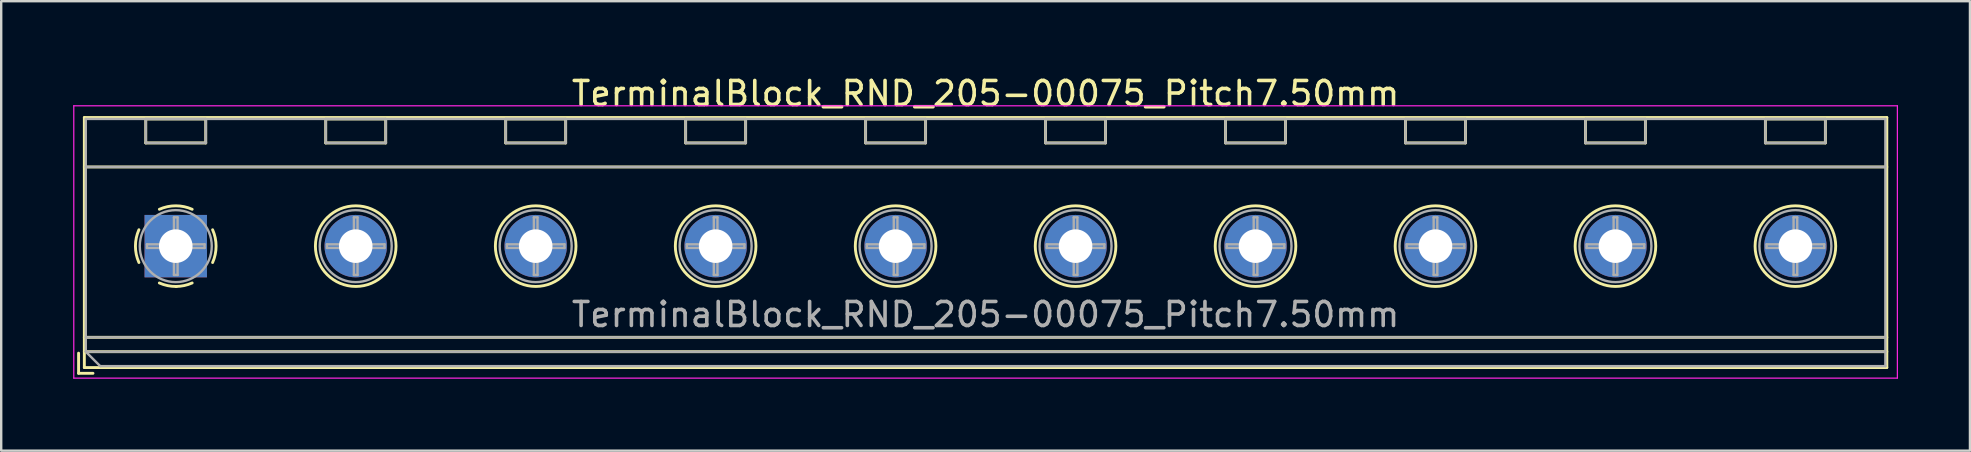
<source format=kicad_pcb>
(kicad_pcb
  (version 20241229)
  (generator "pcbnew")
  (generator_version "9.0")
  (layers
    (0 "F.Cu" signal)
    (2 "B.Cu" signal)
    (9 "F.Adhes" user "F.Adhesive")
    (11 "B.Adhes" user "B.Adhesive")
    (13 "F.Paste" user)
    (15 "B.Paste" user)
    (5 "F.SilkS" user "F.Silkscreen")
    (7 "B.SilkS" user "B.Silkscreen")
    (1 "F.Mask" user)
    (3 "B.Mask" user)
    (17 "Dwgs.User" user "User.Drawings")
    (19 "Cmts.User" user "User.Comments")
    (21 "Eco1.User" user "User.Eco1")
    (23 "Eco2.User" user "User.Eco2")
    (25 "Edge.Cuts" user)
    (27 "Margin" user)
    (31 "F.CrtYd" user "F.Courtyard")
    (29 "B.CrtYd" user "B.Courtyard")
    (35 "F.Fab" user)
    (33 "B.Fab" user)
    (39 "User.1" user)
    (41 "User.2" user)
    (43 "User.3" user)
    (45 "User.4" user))
  (footprint "TerminalBlock_RND_205-00075_Pitch7.50mm"
    (layer "F.Cu")
    (at 4.275 7.208)
    (property "Reference" "TerminalBlock_RND_205-00075_Pitch7.50mm" (at 33.75 -6.36 0) (layer "F.SilkS") (effects (font (size 1 1) (thickness 0.15))))
    (attr through_hole)
    (fp_line (start -4.05 4.46) (end -4.05 5.3) (stroke (width 0.12) (type solid)) (layer "F.SilkS"))
    (fp_line (start -4.05 5.3) (end -3.45 5.3) (stroke (width 0.12) (type solid)) (layer "F.SilkS"))
    (fp_line (start -3.81 -5.36) (end -3.81 5.06) (stroke (width 0.12) (type solid)) (layer "F.SilkS"))
    (fp_line (start -3.81 -3.3) (end 71.31 -3.3) (stroke (width 0.12) (type solid)) (layer "F.SilkS"))
    (fp_line (start -3.81 3.8) (end 71.31 3.8) (stroke (width 0.12) (type solid)) (layer "F.SilkS"))
    (fp_line (start -3.81 4.4) (end 71.31 4.4) (stroke (width 0.12) (type solid)) (layer "F.SilkS"))
    (fp_line (start -3.81 5.06) (end 71.31 5.06) (stroke (width 0.12) (type solid)) (layer "F.SilkS"))
    (fp_line (start -1.25 -5.301) (end -1.25 -4.301) (stroke (width 0.12) (type solid)) (layer "F.SilkS"))
    (fp_line (start -1.25 -5.301) (end 1.25 -5.301) (stroke (width 0.12) (type solid)) (layer "F.SilkS"))
    (fp_line (start -1.25 -4.301) (end 1.25 -4.301) (stroke (width 0.12) (type solid)) (layer "F.SilkS"))
    (fp_line (start 1.25 -5.301) (end 1.25 -4.301) (stroke (width 0.12) (type solid)) (layer "F.SilkS"))
    (fp_line (start 6.25 -5.301) (end 6.25 -4.301) (stroke (width 0.12) (type solid)) (layer "F.SilkS"))
    (fp_line (start 6.25 -5.301) (end 8.75 -5.301) (stroke (width 0.12) (type solid)) (layer "F.SilkS"))
    (fp_line (start 6.25 -4.301) (end 8.75 -4.301) (stroke (width 0.12) (type solid)) (layer "F.SilkS"))
    (fp_line (start 8.75 -5.301) (end 8.75 -4.301) (stroke (width 0.12) (type solid)) (layer "F.SilkS"))
    (fp_line (start 13.75 -5.301) (end 13.75 -4.301) (stroke (width 0.12) (type solid)) (layer "F.SilkS"))
    (fp_line (start 13.75 -5.301) (end 16.25 -5.301) (stroke (width 0.12) (type solid)) (layer "F.SilkS"))
    (fp_line (start 13.75 -4.301) (end 16.25 -4.301) (stroke (width 0.12) (type solid)) (layer "F.SilkS"))
    (fp_line (start 16.25 -5.301) (end 16.25 -4.301) (stroke (width 0.12) (type solid)) (layer "F.SilkS"))
    (fp_line (start 21.25 -5.301) (end 21.25 -4.301) (stroke (width 0.12) (type solid)) (layer "F.SilkS"))
    (fp_line (start 21.25 -5.301) (end 23.75 -5.301) (stroke (width 0.12) (type solid)) (layer "F.SilkS"))
    (fp_line (start 21.25 -4.301) (end 23.75 -4.301) (stroke (width 0.12) (type solid)) (layer "F.SilkS"))
    (fp_line (start 23.75 -5.301) (end 23.75 -4.301) (stroke (width 0.12) (type solid)) (layer "F.SilkS"))
    (fp_line (start 28.75 -5.301) (end 28.75 -4.301) (stroke (width 0.12) (type solid)) (layer "F.SilkS"))
    (fp_line (start 28.75 -5.301) (end 31.25 -5.301) (stroke (width 0.12) (type solid)) (layer "F.SilkS"))
    (fp_line (start 28.75 -4.301) (end 31.25 -4.301) (stroke (width 0.12) (type solid)) (layer "F.SilkS"))
    (fp_line (start 31.25 -5.301) (end 31.25 -4.301) (stroke (width 0.12) (type solid)) (layer "F.SilkS"))
    (fp_line (start 36.25 -5.301) (end 36.25 -4.301) (stroke (width 0.12) (type solid)) (layer "F.SilkS"))
    (fp_line (start 36.25 -5.301) (end 38.75 -5.301) (stroke (width 0.12) (type solid)) (layer "F.SilkS"))
    (fp_line (start 36.25 -4.301) (end 38.75 -4.301) (stroke (width 0.12) (type solid)) (layer "F.SilkS"))
    (fp_line (start 38.75 -5.301) (end 38.75 -4.301) (stroke (width 0.12) (type solid)) (layer "F.SilkS"))
    (fp_line (start 43.75 -5.301) (end 43.75 -4.301) (stroke (width 0.12) (type solid)) (layer "F.SilkS"))
    (fp_line (start 43.75 -5.301) (end 46.25 -5.301) (stroke (width 0.12) (type solid)) (layer "F.SilkS"))
    (fp_line (start 43.75 -4.301) (end 46.25 -4.301) (stroke (width 0.12) (type solid)) (layer "F.SilkS"))
    (fp_line (start 46.25 -5.301) (end 46.25 -4.301) (stroke (width 0.12) (type solid)) (layer "F.SilkS"))
    (fp_line (start 51.25 -5.301) (end 51.25 -4.301) (stroke (width 0.12) (type solid)) (layer "F.SilkS"))
    (fp_line (start 51.25 -5.301) (end 53.75 -5.301) (stroke (width 0.12) (type solid)) (layer "F.SilkS"))
    (fp_line (start 51.25 -4.301) (end 53.75 -4.301) (stroke (width 0.12) (type solid)) (layer "F.SilkS"))
    (fp_line (start 53.75 -5.301) (end 53.75 -4.301) (stroke (width 0.12) (type solid)) (layer "F.SilkS"))
    (fp_line (start 58.75 -5.301) (end 58.75 -4.301) (stroke (width 0.12) (type solid)) (layer "F.SilkS"))
    (fp_line (start 58.75 -5.301) (end 61.25 -5.301) (stroke (width 0.12) (type solid)) (layer "F.SilkS"))
    (fp_line (start 58.75 -4.301) (end 61.25 -4.301) (stroke (width 0.12) (type solid)) (layer "F.SilkS"))
    (fp_line (start 61.25 -5.301) (end 61.25 -4.301) (stroke (width 0.12) (type solid)) (layer "F.SilkS"))
    (fp_line (start 66.25 -5.301) (end 66.25 -4.301) (stroke (width 0.12) (type solid)) (layer "F.SilkS"))
    (fp_line (start 66.25 -5.301) (end 68.75 -5.301) (stroke (width 0.12) (type solid)) (layer "F.SilkS"))
    (fp_line (start 66.25 -4.301) (end 68.75 -4.301) (stroke (width 0.12) (type solid)) (layer "F.SilkS"))
    (fp_line (start 68.75 -5.301) (end 68.75 -4.301) (stroke (width 0.12) (type solid)) (layer "F.SilkS"))
    (fp_line (start 71.31 -5.36) (end -3.81 -5.36) (stroke (width 0.12) (type solid)) (layer "F.SilkS"))
    (fp_line (start 71.31 5.06) (end 71.31 -5.36) (stroke (width 0.12) (type solid)) (layer "F.SilkS"))
    (fp_arc (start -1.535427 0.683042) (mid -1.680501 -0.000524) (end -1.535 -0.684) (stroke (width 0.12) (type solid)) (layer "F.SilkS"))
    (fp_arc (start -0.683042 -1.535427) (mid 0.000524 -1.680501) (end 0.684 -1.535) (stroke (width 0.12) (type solid)) (layer "F.SilkS"))
    (fp_arc (start 0.028805 1.680253) (mid -0.335551 1.646659) (end -0.684 1.535) (stroke (width 0.12) (type solid)) (layer "F.SilkS"))
    (fp_arc (start 0.683318 1.534756) (mid 0.349292 1.643288) (end 0 1.68) (stroke (width 0.12) (type solid)) (layer "F.SilkS"))
    (fp_arc (start 1.535427 -0.683042) (mid 1.680501 0.000524) (end 1.535 0.684) (stroke (width 0.12) (type solid)) (layer "F.SilkS"))
    (fp_circle (center 7.5 0) (end 9.18 0) (stroke (width 0.12) (type solid)) (fill no) (layer "F.SilkS"))
    (fp_circle (center 15 0) (end 16.68 0) (stroke (width 0.12) (type solid)) (fill no) (layer "F.SilkS"))
    (fp_circle (center 22.5 0) (end 24.18 0) (stroke (width 0.12) (type solid)) (fill no) (layer "F.SilkS"))
    (fp_circle (center 30 0) (end 31.68 0) (stroke (width 0.12) (type solid)) (fill no) (layer "F.SilkS"))
    (fp_circle (center 37.5 0) (end 39.18 0) (stroke (width 0.12) (type solid)) (fill no) (layer "F.SilkS"))
    (fp_circle (center 45 0) (end 46.68 0) (stroke (width 0.12) (type solid)) (fill no) (layer "F.SilkS"))
    (fp_circle (center 52.5 0) (end 54.18 0) (stroke (width 0.12) (type solid)) (fill no) (layer "F.SilkS"))
    (fp_circle (center 60 0) (end 61.68 0) (stroke (width 0.12) (type solid)) (fill no) (layer "F.SilkS"))
    (fp_circle (center 67.5 0) (end 69.18 0) (stroke (width 0.12) (type solid)) (fill no) (layer "F.SilkS"))
    (fp_line (start -4.25 -5.85) (end -4.25 5.5) (stroke (width 0.05) (type solid)) (layer "F.CrtYd"))
    (fp_line (start -4.25 5.5) (end 71.75 5.5) (stroke (width 0.05) (type solid)) (layer "F.CrtYd"))
    (fp_line (start 71.75 -5.85) (end -4.25 -5.85) (stroke (width 0.05) (type solid)) (layer "F.CrtYd"))
    (fp_line (start 71.75 5.5) (end 71.75 -5.85) (stroke (width 0.05) (type solid)) (layer "F.CrtYd"))
    (fp_line (start -3.75 -5.3) (end 71.25 -5.3) (stroke (width 0.1) (type solid)) (layer "F.Fab"))
    (fp_line (start -3.75 -3.3) (end 71.25 -3.3) (stroke (width 0.1) (type solid)) (layer "F.Fab"))
    (fp_line (start -3.75 3.8) (end 71.25 3.8) (stroke (width 0.1) (type solid)) (layer "F.Fab"))
    (fp_line (start -3.75 4.4) (end -3.75 -5.3) (stroke (width 0.1) (type solid)) (layer "F.Fab"))
    (fp_line (start -3.75 4.4) (end 71.25 4.4) (stroke (width 0.1) (type solid)) (layer "F.Fab"))
    (fp_line (start -3.15 5) (end -3.75 4.4) (stroke (width 0.1) (type solid)) (layer "F.Fab"))
    (fp_line (start -1.25 -5.3) (end -1.25 -4.3) (stroke (width 0.1) (type solid)) (layer "F.Fab"))
    (fp_line (start -1.25 -4.3) (end 1.25 -4.3) (stroke (width 0.1) (type solid)) (layer "F.Fab"))
    (fp_line (start -1.201 -0.076) (end -0.076 -0.076) (stroke (width 0.1) (type solid)) (layer "F.Fab"))
    (fp_line (start -1.201 0.076) (end -1.201 -0.076) (stroke (width 0.1) (type solid)) (layer "F.Fab"))
    (fp_line (start -0.076 -1.201) (end 0.076 -1.201) (stroke (width 0.1) (type solid)) (layer "F.Fab"))
    (fp_line (start -0.076 -0.076) (end -0.076 -1.201) (stroke (width 0.1) (type solid)) (layer "F.Fab"))
    (fp_line (start -0.076 0.076) (end -1.201 0.076) (stroke (width 0.1) (type solid)) (layer "F.Fab"))
    (fp_line (start -0.076 1.201) (end -0.076 0.076) (stroke (width 0.1) (type solid)) (layer "F.Fab"))
    (fp_line (start 0.076 -1.201) (end 0.076 -0.076) (stroke (width 0.1) (type solid)) (layer "F.Fab"))
    (fp_line (start 0.076 -0.076) (end 1.201 -0.076) (stroke (width 0.1) (type solid)) (layer "F.Fab"))
    (fp_line (start 0.076 0.076) (end 0.076 1.201) (stroke (width 0.1) (type solid)) (layer "F.Fab"))
    (fp_line (start 0.076 1.201) (end -0.076 1.201) (stroke (width 0.1) (type solid)) (layer "F.Fab"))
    (fp_line (start 1.201 -0.076) (end 1.201 0.076) (stroke (width 0.1) (type solid)) (layer "F.Fab"))
    (fp_line (start 1.201 0.076) (end 0.076 0.076) (stroke (width 0.1) (type solid)) (layer "F.Fab"))
    (fp_line (start 1.25 -5.3) (end -1.25 -5.3) (stroke (width 0.1) (type solid)) (layer "F.Fab"))
    (fp_line (start 1.25 -4.3) (end 1.25 -5.3) (stroke (width 0.1) (type solid)) (layer "F.Fab"))
    (fp_line (start 6.25 -5.3) (end 6.25 -4.3) (stroke (width 0.1) (type solid)) (layer "F.Fab"))
    (fp_line (start 6.25 -4.3) (end 8.75 -4.3) (stroke (width 0.1) (type solid)) (layer "F.Fab"))
    (fp_line (start 6.299 -0.076) (end 7.424 -0.076) (stroke (width 0.1) (type solid)) (layer "F.Fab"))
    (fp_line (start 6.299 0.076) (end 6.299 -0.076) (stroke (width 0.1) (type solid)) (layer "F.Fab"))
    (fp_line (start 7.424 -1.201) (end 7.576 -1.201) (stroke (width 0.1) (type solid)) (layer "F.Fab"))
    (fp_line (start 7.424 -0.076) (end 7.424 -1.201) (stroke (width 0.1) (type solid)) (layer "F.Fab"))
    (fp_line (start 7.424 0.076) (end 6.299 0.076) (stroke (width 0.1) (type solid)) (layer "F.Fab"))
    (fp_line (start 7.424 1.201) (end 7.424 0.076) (stroke (width 0.1) (type solid)) (layer "F.Fab"))
    (fp_line (start 7.576 -1.201) (end 7.576 -0.076) (stroke (width 0.1) (type solid)) (layer "F.Fab"))
    (fp_line (start 7.576 -0.076) (end 8.701 -0.076) (stroke (width 0.1) (type solid)) (layer "F.Fab"))
    (fp_line (start 7.576 0.076) (end 7.576 1.201) (stroke (width 0.1) (type solid)) (layer "F.Fab"))
    (fp_line (start 7.576 1.201) (end 7.424 1.201) (stroke (width 0.1) (type solid)) (layer "F.Fab"))
    (fp_line (start 8.701 -0.076) (end 8.701 0.076) (stroke (width 0.1) (type solid)) (layer "F.Fab"))
    (fp_line (start 8.701 0.076) (end 7.576 0.076) (stroke (width 0.1) (type solid)) (layer "F.Fab"))
    (fp_line (start 8.75 -5.3) (end 6.25 -5.3) (stroke (width 0.1) (type solid)) (layer "F.Fab"))
    (fp_line (start 8.75 -4.3) (end 8.75 -5.3) (stroke (width 0.1) (type solid)) (layer "F.Fab"))
    (fp_line (start 13.75 -5.3) (end 13.75 -4.3) (stroke (width 0.1) (type solid)) (layer "F.Fab"))
    (fp_line (start 13.75 -4.3) (end 16.25 -4.3) (stroke (width 0.1) (type solid)) (layer "F.Fab"))
    (fp_line (start 13.799 -0.076) (end 14.924 -0.076) (stroke (width 0.1) (type solid)) (layer "F.Fab"))
    (fp_line (start 13.799 0.076) (end 13.799 -0.076) (stroke (width 0.1) (type solid)) (layer "F.Fab"))
    (fp_line (start 14.924 -1.201) (end 15.076 -1.201) (stroke (width 0.1) (type solid)) (layer "F.Fab"))
    (fp_line (start 14.924 -0.076) (end 14.924 -1.201) (stroke (width 0.1) (type solid)) (layer "F.Fab"))
    (fp_line (start 14.924 0.076) (end 13.799 0.076) (stroke (width 0.1) (type solid)) (layer "F.Fab"))
    (fp_line (start 14.924 1.201) (end 14.924 0.076) (stroke (width 0.1) (type solid)) (layer "F.Fab"))
    (fp_line (start 15.076 -1.201) (end 15.076 -0.076) (stroke (width 0.1) (type solid)) (layer "F.Fab"))
    (fp_line (start 15.076 -0.076) (end 16.201 -0.076) (stroke (width 0.1) (type solid)) (layer "F.Fab"))
    (fp_line (start 15.076 0.076) (end 15.076 1.201) (stroke (width 0.1) (type solid)) (layer "F.Fab"))
    (fp_line (start 15.076 1.201) (end 14.924 1.201) (stroke (width 0.1) (type solid)) (layer "F.Fab"))
    (fp_line (start 16.201 -0.076) (end 16.201 0.076) (stroke (width 0.1) (type solid)) (layer "F.Fab"))
    (fp_line (start 16.201 0.076) (end 15.076 0.076) (stroke (width 0.1) (type solid)) (layer "F.Fab"))
    (fp_line (start 16.25 -5.3) (end 13.75 -5.3) (stroke (width 0.1) (type solid)) (layer "F.Fab"))
    (fp_line (start 16.25 -4.3) (end 16.25 -5.3) (stroke (width 0.1) (type solid)) (layer "F.Fab"))
    (fp_line (start 21.25 -5.3) (end 21.25 -4.3) (stroke (width 0.1) (type solid)) (layer "F.Fab"))
    (fp_line (start 21.25 -4.3) (end 23.75 -4.3) (stroke (width 0.1) (type solid)) (layer "F.Fab"))
    (fp_line (start 21.299 -0.076) (end 22.424 -0.076) (stroke (width 0.1) (type solid)) (layer "F.Fab"))
    (fp_line (start 21.299 0.076) (end 21.299 -0.076) (stroke (width 0.1) (type solid)) (layer "F.Fab"))
    (fp_line (start 22.424 -1.201) (end 22.576 -1.201) (stroke (width 0.1) (type solid)) (layer "F.Fab"))
    (fp_line (start 22.424 -0.076) (end 22.424 -1.201) (stroke (width 0.1) (type solid)) (layer "F.Fab"))
    (fp_line (start 22.424 0.076) (end 21.299 0.076) (stroke (width 0.1) (type solid)) (layer "F.Fab"))
    (fp_line (start 22.424 1.201) (end 22.424 0.076) (stroke (width 0.1) (type solid)) (layer "F.Fab"))
    (fp_line (start 22.576 -1.201) (end 22.576 -0.076) (stroke (width 0.1) (type solid)) (layer "F.Fab"))
    (fp_line (start 22.576 -0.076) (end 23.701 -0.076) (stroke (width 0.1) (type solid)) (layer "F.Fab"))
    (fp_line (start 22.576 0.076) (end 22.576 1.201) (stroke (width 0.1) (type solid)) (layer "F.Fab"))
    (fp_line (start 22.576 1.201) (end 22.424 1.201) (stroke (width 0.1) (type solid)) (layer "F.Fab"))
    (fp_line (start 23.701 -0.076) (end 23.701 0.076) (stroke (width 0.1) (type solid)) (layer "F.Fab"))
    (fp_line (start 23.701 0.076) (end 22.576 0.076) (stroke (width 0.1) (type solid)) (layer "F.Fab"))
    (fp_line (start 23.75 -5.3) (end 21.25 -5.3) (stroke (width 0.1) (type solid)) (layer "F.Fab"))
    (fp_line (start 23.75 -4.3) (end 23.75 -5.3) (stroke (width 0.1) (type solid)) (layer "F.Fab"))
    (fp_line (start 28.75 -5.3) (end 28.75 -4.3) (stroke (width 0.1) (type solid)) (layer "F.Fab"))
    (fp_line (start 28.75 -4.3) (end 31.25 -4.3) (stroke (width 0.1) (type solid)) (layer "F.Fab"))
    (fp_line (start 28.799 -0.076) (end 29.924 -0.076) (stroke (width 0.1) (type solid)) (layer "F.Fab"))
    (fp_line (start 28.799 0.076) (end 28.799 -0.076) (stroke (width 0.1) (type solid)) (layer "F.Fab"))
    (fp_line (start 29.924 -1.201) (end 30.076 -1.201) (stroke (width 0.1) (type solid)) (layer "F.Fab"))
    (fp_line (start 29.924 -0.076) (end 29.924 -1.201) (stroke (width 0.1) (type solid)) (layer "F.Fab"))
    (fp_line (start 29.924 0.076) (end 28.799 0.076) (stroke (width 0.1) (type solid)) (layer "F.Fab"))
    (fp_line (start 29.924 1.201) (end 29.924 0.076) (stroke (width 0.1) (type solid)) (layer "F.Fab"))
    (fp_line (start 30.076 -1.201) (end 30.076 -0.076) (stroke (width 0.1) (type solid)) (layer "F.Fab"))
    (fp_line (start 30.076 -0.076) (end 31.201 -0.076) (stroke (width 0.1) (type solid)) (layer "F.Fab"))
    (fp_line (start 30.076 0.076) (end 30.076 1.201) (stroke (width 0.1) (type solid)) (layer "F.Fab"))
    (fp_line (start 30.076 1.201) (end 29.924 1.201) (stroke (width 0.1) (type solid)) (layer "F.Fab"))
    (fp_line (start 31.201 -0.076) (end 31.201 0.076) (stroke (width 0.1) (type solid)) (layer "F.Fab"))
    (fp_line (start 31.201 0.076) (end 30.076 0.076) (stroke (width 0.1) (type solid)) (layer "F.Fab"))
    (fp_line (start 31.25 -5.3) (end 28.75 -5.3) (stroke (width 0.1) (type solid)) (layer "F.Fab"))
    (fp_line (start 31.25 -4.3) (end 31.25 -5.3) (stroke (width 0.1) (type solid)) (layer "F.Fab"))
    (fp_line (start 36.25 -5.3) (end 36.25 -4.3) (stroke (width 0.1) (type solid)) (layer "F.Fab"))
    (fp_line (start 36.25 -4.3) (end 38.75 -4.3) (stroke (width 0.1) (type solid)) (layer "F.Fab"))
    (fp_line (start 36.299 -0.076) (end 37.424 -0.076) (stroke (width 0.1) (type solid)) (layer "F.Fab"))
    (fp_line (start 36.299 0.076) (end 36.299 -0.076) (stroke (width 0.1) (type solid)) (layer "F.Fab"))
    (fp_line (start 37.424 -1.201) (end 37.576 -1.201) (stroke (width 0.1) (type solid)) (layer "F.Fab"))
    (fp_line (start 37.424 -0.076) (end 37.424 -1.201) (stroke (width 0.1) (type solid)) (layer "F.Fab"))
    (fp_line (start 37.424 0.076) (end 36.299 0.076) (stroke (width 0.1) (type solid)) (layer "F.Fab"))
    (fp_line (start 37.424 1.201) (end 37.424 0.076) (stroke (width 0.1) (type solid)) (layer "F.Fab"))
    (fp_line (start 37.576 -1.201) (end 37.576 -0.076) (stroke (width 0.1) (type solid)) (layer "F.Fab"))
    (fp_line (start 37.576 -0.076) (end 38.701 -0.076) (stroke (width 0.1) (type solid)) (layer "F.Fab"))
    (fp_line (start 37.576 0.076) (end 37.576 1.201) (stroke (width 0.1) (type solid)) (layer "F.Fab"))
    (fp_line (start 37.576 1.201) (end 37.424 1.201) (stroke (width 0.1) (type solid)) (layer "F.Fab"))
    (fp_line (start 38.701 -0.076) (end 38.701 0.076) (stroke (width 0.1) (type solid)) (layer "F.Fab"))
    (fp_line (start 38.701 0.076) (end 37.576 0.076) (stroke (width 0.1) (type solid)) (layer "F.Fab"))
    (fp_line (start 38.75 -5.3) (end 36.25 -5.3) (stroke (width 0.1) (type solid)) (layer "F.Fab"))
    (fp_line (start 38.75 -4.3) (end 38.75 -5.3) (stroke (width 0.1) (type solid)) (layer "F.Fab"))
    (fp_line (start 43.75 -5.3) (end 43.75 -4.3) (stroke (width 0.1) (type solid)) (layer "F.Fab"))
    (fp_line (start 43.75 -4.3) (end 46.25 -4.3) (stroke (width 0.1) (type solid)) (layer "F.Fab"))
    (fp_line (start 43.799 -0.076) (end 44.924 -0.076) (stroke (width 0.1) (type solid)) (layer "F.Fab"))
    (fp_line (start 43.799 0.076) (end 43.799 -0.076) (stroke (width 0.1) (type solid)) (layer "F.Fab"))
    (fp_line (start 44.924 -1.201) (end 45.076 -1.201) (stroke (width 0.1) (type solid)) (layer "F.Fab"))
    (fp_line (start 44.924 -0.076) (end 44.924 -1.201) (stroke (width 0.1) (type solid)) (layer "F.Fab"))
    (fp_line (start 44.924 0.076) (end 43.799 0.076) (stroke (width 0.1) (type solid)) (layer "F.Fab"))
    (fp_line (start 44.924 1.201) (end 44.924 0.076) (stroke (width 0.1) (type solid)) (layer "F.Fab"))
    (fp_line (start 45.076 -1.201) (end 45.076 -0.076) (stroke (width 0.1) (type solid)) (layer "F.Fab"))
    (fp_line (start 45.076 -0.076) (end 46.201 -0.076) (stroke (width 0.1) (type solid)) (layer "F.Fab"))
    (fp_line (start 45.076 0.076) (end 45.076 1.201) (stroke (width 0.1) (type solid)) (layer "F.Fab"))
    (fp_line (start 45.076 1.201) (end 44.924 1.201) (stroke (width 0.1) (type solid)) (layer "F.Fab"))
    (fp_line (start 46.201 -0.076) (end 46.201 0.076) (stroke (width 0.1) (type solid)) (layer "F.Fab"))
    (fp_line (start 46.201 0.076) (end 45.076 0.076) (stroke (width 0.1) (type solid)) (layer "F.Fab"))
    (fp_line (start 46.25 -5.3) (end 43.75 -5.3) (stroke (width 0.1) (type solid)) (layer "F.Fab"))
    (fp_line (start 46.25 -4.3) (end 46.25 -5.3) (stroke (width 0.1) (type solid)) (layer "F.Fab"))
    (fp_line (start 51.25 -5.3) (end 51.25 -4.3) (stroke (width 0.1) (type solid)) (layer "F.Fab"))
    (fp_line (start 51.25 -4.3) (end 53.75 -4.3) (stroke (width 0.1) (type solid)) (layer "F.Fab"))
    (fp_line (start 51.299 -0.076) (end 52.424 -0.076) (stroke (width 0.1) (type solid)) (layer "F.Fab"))
    (fp_line (start 51.299 0.076) (end 51.299 -0.076) (stroke (width 0.1) (type solid)) (layer "F.Fab"))
    (fp_line (start 52.424 -1.201) (end 52.576 -1.201) (stroke (width 0.1) (type solid)) (layer "F.Fab"))
    (fp_line (start 52.424 -0.076) (end 52.424 -1.201) (stroke (width 0.1) (type solid)) (layer "F.Fab"))
    (fp_line (start 52.424 0.076) (end 51.299 0.076) (stroke (width 0.1) (type solid)) (layer "F.Fab"))
    (fp_line (start 52.424 1.201) (end 52.424 0.076) (stroke (width 0.1) (type solid)) (layer "F.Fab"))
    (fp_line (start 52.576 -1.201) (end 52.576 -0.076) (stroke (width 0.1) (type solid)) (layer "F.Fab"))
    (fp_line (start 52.576 -0.076) (end 53.701 -0.076) (stroke (width 0.1) (type solid)) (layer "F.Fab"))
    (fp_line (start 52.576 0.076) (end 52.576 1.201) (stroke (width 0.1) (type solid)) (layer "F.Fab"))
    (fp_line (start 52.576 1.201) (end 52.424 1.201) (stroke (width 0.1) (type solid)) (layer "F.Fab"))
    (fp_line (start 53.701 -0.076) (end 53.701 0.076) (stroke (width 0.1) (type solid)) (layer "F.Fab"))
    (fp_line (start 53.701 0.076) (end 52.576 0.076) (stroke (width 0.1) (type solid)) (layer "F.Fab"))
    (fp_line (start 53.75 -5.3) (end 51.25 -5.3) (stroke (width 0.1) (type solid)) (layer "F.Fab"))
    (fp_line (start 53.75 -4.3) (end 53.75 -5.3) (stroke (width 0.1) (type solid)) (layer "F.Fab"))
    (fp_line (start 58.75 -5.3) (end 58.75 -4.3) (stroke (width 0.1) (type solid)) (layer "F.Fab"))
    (fp_line (start 58.75 -4.3) (end 61.25 -4.3) (stroke (width 0.1) (type solid)) (layer "F.Fab"))
    (fp_line (start 58.799 -0.076) (end 59.924 -0.076) (stroke (width 0.1) (type solid)) (layer "F.Fab"))
    (fp_line (start 58.799 0.076) (end 58.799 -0.076) (stroke (width 0.1) (type solid)) (layer "F.Fab"))
    (fp_line (start 59.924 -1.201) (end 60.076 -1.201) (stroke (width 0.1) (type solid)) (layer "F.Fab"))
    (fp_line (start 59.924 -0.076) (end 59.924 -1.201) (stroke (width 0.1) (type solid)) (layer "F.Fab"))
    (fp_line (start 59.924 0.076) (end 58.799 0.076) (stroke (width 0.1) (type solid)) (layer "F.Fab"))
    (fp_line (start 59.924 1.201) (end 59.924 0.076) (stroke (width 0.1) (type solid)) (layer "F.Fab"))
    (fp_line (start 60.076 -1.201) (end 60.076 -0.076) (stroke (width 0.1) (type solid)) (layer "F.Fab"))
    (fp_line (start 60.076 -0.076) (end 61.201 -0.076) (stroke (width 0.1) (type solid)) (layer "F.Fab"))
    (fp_line (start 60.076 0.076) (end 60.076 1.201) (stroke (width 0.1) (type solid)) (layer "F.Fab"))
    (fp_line (start 60.076 1.201) (end 59.924 1.201) (stroke (width 0.1) (type solid)) (layer "F.Fab"))
    (fp_line (start 61.201 -0.076) (end 61.201 0.076) (stroke (width 0.1) (type solid)) (layer "F.Fab"))
    (fp_line (start 61.201 0.076) (end 60.076 0.076) (stroke (width 0.1) (type solid)) (layer "F.Fab"))
    (fp_line (start 61.25 -5.3) (end 58.75 -5.3) (stroke (width 0.1) (type solid)) (layer "F.Fab"))
    (fp_line (start 61.25 -4.3) (end 61.25 -5.3) (stroke (width 0.1) (type solid)) (layer "F.Fab"))
    (fp_line (start 66.25 -5.3) (end 66.25 -4.3) (stroke (width 0.1) (type solid)) (layer "F.Fab"))
    (fp_line (start 66.25 -4.3) (end 68.75 -4.3) (stroke (width 0.1) (type solid)) (layer "F.Fab"))
    (fp_line (start 66.299 -0.076) (end 67.424 -0.076) (stroke (width 0.1) (type solid)) (layer "F.Fab"))
    (fp_line (start 66.299 0.076) (end 66.299 -0.076) (stroke (width 0.1) (type solid)) (layer "F.Fab"))
    (fp_line (start 67.424 -1.201) (end 67.576 -1.201) (stroke (width 0.1) (type solid)) (layer "F.Fab"))
    (fp_line (start 67.424 -0.076) (end 67.424 -1.201) (stroke (width 0.1) (type solid)) (layer "F.Fab"))
    (fp_line (start 67.424 0.076) (end 66.299 0.076) (stroke (width 0.1) (type solid)) (layer "F.Fab"))
    (fp_line (start 67.424 1.201) (end 67.424 0.076) (stroke (width 0.1) (type solid)) (layer "F.Fab"))
    (fp_line (start 67.576 -1.201) (end 67.576 -0.076) (stroke (width 0.1) (type solid)) (layer "F.Fab"))
    (fp_line (start 67.576 -0.076) (end 68.701 -0.076) (stroke (width 0.1) (type solid)) (layer "F.Fab"))
    (fp_line (start 67.576 0.076) (end 67.576 1.201) (stroke (width 0.1) (type solid)) (layer "F.Fab"))
    (fp_line (start 67.576 1.201) (end 67.424 1.201) (stroke (width 0.1) (type solid)) (layer "F.Fab"))
    (fp_line (start 68.701 -0.076) (end 68.701 0.076) (stroke (width 0.1) (type solid)) (layer "F.Fab"))
    (fp_line (start 68.701 0.076) (end 67.576 0.076) (stroke (width 0.1) (type solid)) (layer "F.Fab"))
    (fp_line (start 68.75 -5.3) (end 66.25 -5.3) (stroke (width 0.1) (type solid)) (layer "F.Fab"))
    (fp_line (start 68.75 -4.3) (end 68.75 -5.3) (stroke (width 0.1) (type solid)) (layer "F.Fab"))
    (fp_line (start 71.25 -5.3) (end 71.25 5) (stroke (width 0.1) (type solid)) (layer "F.Fab"))
    (fp_line (start 71.25 5) (end -3.15 5) (stroke (width 0.1) (type solid)) (layer "F.Fab"))
    (fp_circle (center 0 0) (end 1.5 0) (stroke (width 0.1) (type solid)) (fill no) (layer "F.Fab"))
    (fp_circle (center 7.5 0) (end 9 0) (stroke (width 0.1) (type solid)) (fill no) (layer "F.Fab"))
    (fp_circle (center 15 0) (end 16.5 0) (stroke (width 0.1) (type solid)) (fill no) (layer "F.Fab"))
    (fp_circle (center 22.5 0) (end 24 0) (stroke (width 0.1) (type solid)) (fill no) (layer "F.Fab"))
    (fp_circle (center 30 0) (end 31.5 0) (stroke (width 0.1) (type solid)) (fill no) (layer "F.Fab"))
    (fp_circle (center 37.5 0) (end 39 0) (stroke (width 0.1) (type solid)) (fill no) (layer "F.Fab"))
    (fp_circle (center 45 0) (end 46.5 0) (stroke (width 0.1) (type solid)) (fill no) (layer "F.Fab"))
    (fp_circle (center 52.5 0) (end 54 0) (stroke (width 0.1) (type solid)) (fill no) (layer "F.Fab"))
    (fp_circle (center 60 0) (end 61.5 0) (stroke (width 0.1) (type solid)) (fill no) (layer "F.Fab"))
    (fp_circle (center 67.5 0) (end 69 0) (stroke (width 0.1) (type solid)) (fill no) (layer "F.Fab"))
    (fp_text user "${REFERENCE}" (at 33.75 2.85 0) (layer "F.Fab") (effects (font (size 1 1) (thickness 0.15))))
    (pad "1" thru_hole rect (at 0 0) (size 2.6 2.6) (drill 1.4) (layers "*.Cu" "*.Mask"))
    (pad "2" thru_hole circle (at 7.5 0) (size 2.6 2.6) (drill 1.4) (layers "*.Cu" "*.Mask"))
    (pad "3" thru_hole circle (at 15 0) (size 2.6 2.6) (drill 1.4) (layers "*.Cu" "*.Mask"))
    (pad "4" thru_hole circle (at 22.5 0) (size 2.6 2.6) (drill 1.4) (layers "*.Cu" "*.Mask"))
    (pad "5" thru_hole circle (at 30 0) (size 2.6 2.6) (drill 1.4) (layers "*.Cu" "*.Mask"))
    (pad "6" thru_hole circle (at 37.5 0) (size 2.6 2.6) (drill 1.4) (layers "*.Cu" "*.Mask"))
    (pad "7" thru_hole circle (at 45 0) (size 2.6 2.6) (drill 1.4) (layers "*.Cu" "*.Mask"))
    (pad "8" thru_hole circle (at 52.5 0) (size 2.6 2.6) (drill 1.4) (layers "*.Cu" "*.Mask"))
    (pad "9" thru_hole circle (at 60 0) (size 2.6 2.6) (drill 1.4) (layers "*.Cu" "*.Mask"))
    (pad "10" thru_hole circle (at 67.5 0) (size 2.6 2.6) (drill 1.4) (layers "*.Cu" "*.Mask")))
  (gr_rect
    (start -3 -3)
    (end 79.05 15.733)
    (stroke (width 0.1) (type default))
    (fill no)
    (layer "Edge.Cuts")))
</source>
